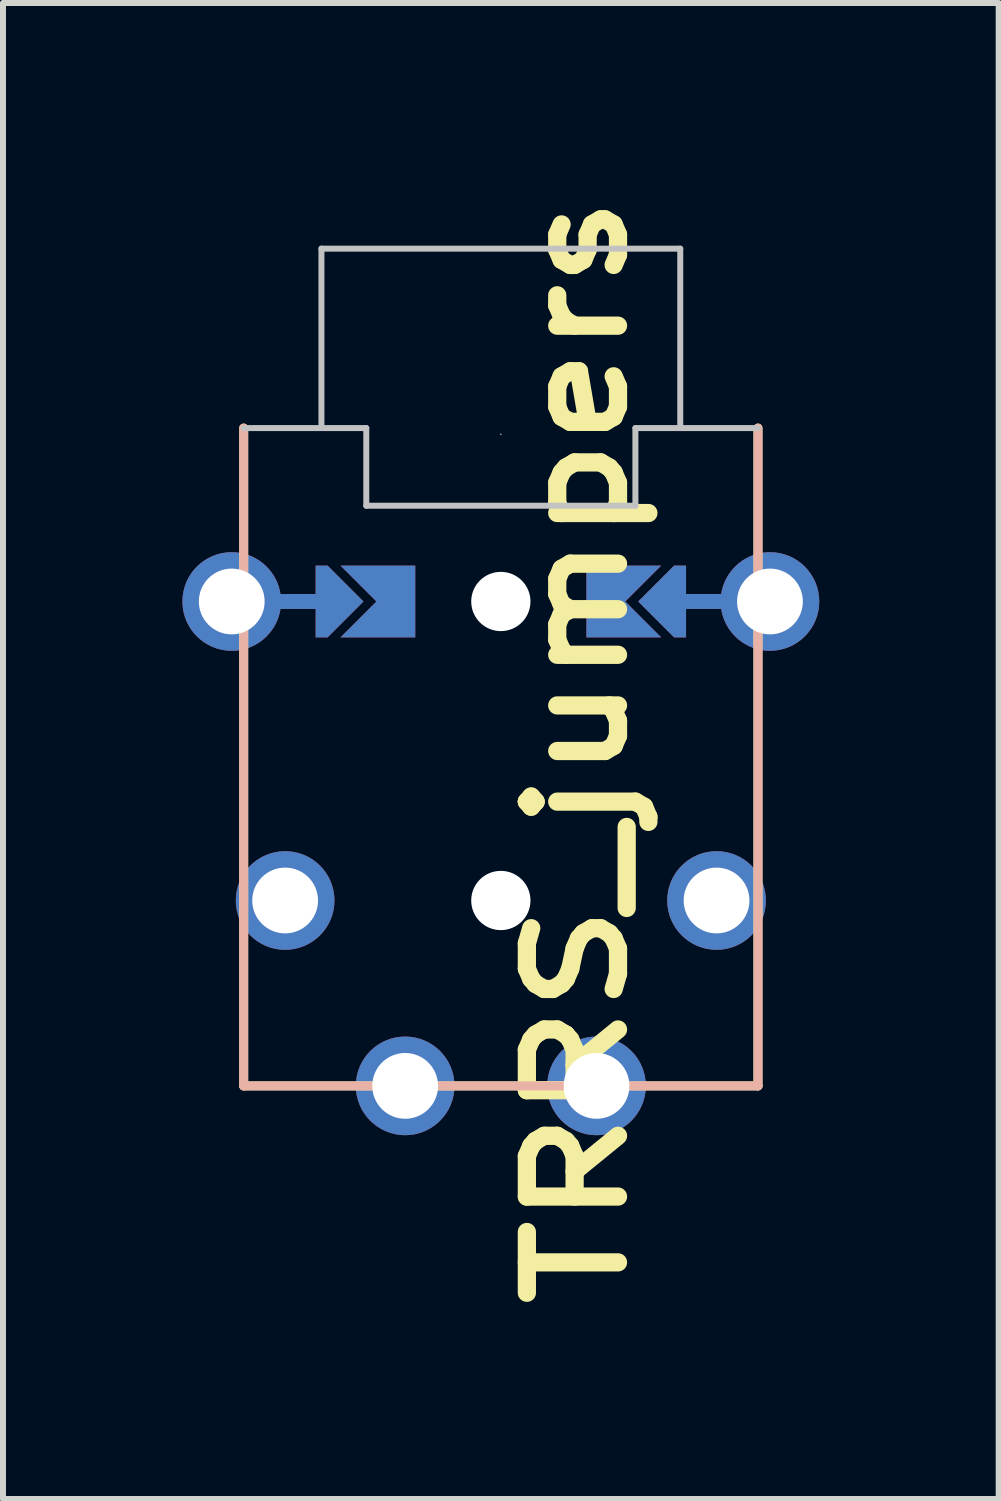
<source format=kicad_pcb>
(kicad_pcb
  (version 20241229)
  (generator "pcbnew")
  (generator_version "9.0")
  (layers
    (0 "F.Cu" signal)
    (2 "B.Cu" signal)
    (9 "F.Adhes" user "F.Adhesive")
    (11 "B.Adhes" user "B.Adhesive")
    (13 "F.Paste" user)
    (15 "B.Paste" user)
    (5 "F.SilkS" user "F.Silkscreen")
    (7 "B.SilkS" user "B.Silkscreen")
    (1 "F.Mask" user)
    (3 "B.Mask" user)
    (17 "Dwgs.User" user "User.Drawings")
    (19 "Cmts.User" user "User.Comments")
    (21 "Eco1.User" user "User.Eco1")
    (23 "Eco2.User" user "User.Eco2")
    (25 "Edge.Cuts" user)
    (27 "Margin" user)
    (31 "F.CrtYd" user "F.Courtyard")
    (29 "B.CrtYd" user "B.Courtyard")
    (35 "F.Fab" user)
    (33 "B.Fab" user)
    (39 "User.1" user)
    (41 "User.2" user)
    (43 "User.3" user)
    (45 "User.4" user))
  (footprint "TRRS_jumpers"
    (layer "F.Cu")
    (at 5.325 9.508)
    (property "Reference" "TRRS_jumpers" (at 1.27 0 90) (layer "F.SilkS") (effects (font (size 1.524 1.778) (thickness 0.305))))
    (attr through_hole)
    (fp_poly (pts (xy -1.935 -3.008) (xy -1.935 -1.992) (xy -2.951 -1.992) (xy -2.951 -3.008)) (stroke (width 0.1) (type solid)) (fill yes) (layer "F.Mask"))
    (fp_poly (pts (xy 1.935 -1.992) (xy 1.935 -3.008) (xy 2.951 -3.008) (xy 2.951 -1.992)) (stroke (width 0.1) (type solid)) (fill yes) (layer "F.Mask"))
    (fp_poly (pts (xy -1.935 -3.008) (xy -1.935 -1.992) (xy -2.951 -1.992) (xy -2.951 -3.008)) (stroke (width 0.1) (type solid)) (fill yes) (layer "B.Mask"))
    (fp_poly (pts (xy 1.935 -1.992) (xy 1.935 -3.008) (xy 2.951 -3.008) (xy 2.951 -1.992)) (stroke (width 0.1) (type solid)) (fill yes) (layer "B.Mask"))
    (fp_line (start -4.3 5.6) (end -4.3 -5.4) (stroke (width 0.15) (type solid)) (layer "F.SilkS"))
    (fp_line (start 4.3 -5.4) (end 4.3 5.6) (stroke (width 0.15) (type solid)) (layer "F.SilkS"))
    (fp_line (start 4.3 5.6) (end -4.3 5.6) (stroke (width 0.15) (type solid)) (layer "F.SilkS"))
    (fp_line (start -4.3 5.6) (end -4.3 -5.4) (stroke (width 0.15) (type solid)) (layer "B.SilkS"))
    (fp_line (start 4.3 -5.4) (end 4.3 5.6) (stroke (width 0.15) (type solid)) (layer "B.SilkS"))
    (fp_line (start 4.3 5.6) (end -4.3 5.6) (stroke (width 0.15) (type solid)) (layer "B.SilkS"))
    (fp_line (start -3 -8.4) (end -3 -5.4) (stroke (width 0.1) (type solid)) (layer "Dwgs.User"))
    (fp_line (start -2.25 -5.4) (end -4.3 -5.4) (stroke (width 0.1) (type solid)) (layer "Dwgs.User"))
    (fp_line (start -2.25 -4.101) (end -2.25 -5.4) (stroke (width 0.1) (type solid)) (layer "Dwgs.User"))
    (fp_line (start 0 -5.296) (end 0 -5.296) (stroke (width 0.025) (type solid)) (layer "Dwgs.User"))
    (fp_line (start 2.25 -4.101) (end -2.25 -4.101) (stroke (width 0.1) (type solid)) (layer "Dwgs.User"))
    (fp_line (start 2.25 -5.4) (end 2.25 -4.101) (stroke (width 0.1) (type solid)) (layer "Dwgs.User"))
    (fp_line (start 3 -8.4) (end -3 -8.4) (stroke (width 0.1) (type solid)) (layer "Dwgs.User"))
    (fp_line (start 3 -5.4) (end 3 -8.4) (stroke (width 0.1) (type solid)) (layer "Dwgs.User"))
    (fp_line (start 4.3 -5.4) (end 2.25 -5.4) (stroke (width 0.1) (type solid)) (layer "Dwgs.User"))
    (pad "" thru_hole circle (at -4.5 -2.5) (size 1.65 1.65) (drill 1.1) (layers "*.Cu" "*.Mask"))
    (pad "" smd custom (at -3.205 -2.5 90) (size 0.25 1) (layers "F.Cu") (options (anchor rect)) (primitives))
    (pad "" smd custom (at -3.205 -2.5 90) (size 0.25 1) (layers "B.Cu") (options (anchor rect)) (primitives))
    (pad "" smd custom (at -2.697 -2.5 90) (size 0.1 0.1) (layers "F.Cu" "F.Mask") (options (anchor rect)) (primitives (gr_poly (pts (xy 0.6 -0.2) (xy 0 0.4) (xy -0.6 -0.2) (xy -0.6 -0.4) (xy 0.6 -0.4)) (width 0) (fill yes))))
    (pad "" smd custom (at -2.697 -2.5 90) (size 0.1 0.1) (layers "B.Cu" "B.Mask") (options (anchor rect)) (primitives (gr_poly (pts (xy 0.6 -0.2) (xy 0 0.4) (xy -0.6 -0.2) (xy -0.6 -0.4) (xy 0.6 -0.4)) (width 0) (fill yes))))
    (pad "" np_thru_hole circle (at 0 -2.5 270) (size 0.991 0.991) (drill 0.991) (layers "*.Cu" "*.Mask"))
    (pad "" np_thru_hole circle (at 0 2.5 270) (size 0.991 0.991) (drill 0.991) (layers "*.Cu" "*.Mask"))
    (pad "" smd custom (at 2.697 -2.5 270) (size 0.1 0.1) (layers "F.Cu" "F.Mask") (options (anchor rect)) (primitives (gr_poly (pts (xy 0.6 -0.2) (xy 0 0.4) (xy -0.6 -0.2) (xy -0.6 -0.4) (xy 0.6 -0.4)) (width 0) (fill yes))))
    (pad "" smd custom (at 2.697 -2.5 270) (size 0.1 0.1) (layers "B.Cu" "B.Mask") (options (anchor rect)) (primitives (gr_poly (pts (xy 0.6 -0.2) (xy 0 0.4) (xy -0.6 -0.2) (xy -0.6 -0.4) (xy 0.6 -0.4)) (width 0) (fill yes))))
    (pad "" smd custom (at 3.205 -2.5 270) (size 0.25 1) (layers "F.Cu") (options (anchor rect)) (primitives))
    (pad "" smd custom (at 3.205 -2.5 270) (size 0.25 1) (layers "B.Cu") (options (anchor rect)) (primitives))
    (pad "" thru_hole circle (at 4.5 -2.5) (size 1.65 1.65) (drill 1.1) (layers "*.Cu" "*.Mask"))
    (pad "A" thru_hole circle (at -1.6 5.6) (size 1.65 1.65) (drill 1.1) (layers "*.Cu" "*.Mask"))
    (pad "A" thru_hole circle (at 1.6 5.6) (size 1.65 1.65) (drill 1.1) (layers "*.Cu" "*.Mask"))
    (pad "B" smd custom (at -1.681 -2.5 90) (size 1.2 0.5) (layers "B.Cu" "B.Mask") (options (anchor rect)) (primitives (gr_poly (pts (xy 0.6 0) (xy -0.6 0) (xy -0.6 -1) (xy 0 -0.4) (xy 0.6 -1)) (width 0) (fill yes))))
    (pad "B" smd custom (at 1.681 -2.5 270) (size 1.2 0.5) (layers "F.Cu" "F.Mask") (options (anchor rect)) (primitives (gr_poly (pts (xy 0.6 0) (xy -0.6 0) (xy -0.6 -1) (xy 0 -0.4) (xy 0.6 -1)) (width 0) (fill yes))))
    (pad "C" smd custom (at -1.681 -2.5 90) (size 1.2 0.5) (layers "F.Cu" "F.Mask") (options (anchor rect)) (primitives (gr_poly (pts (xy 0.6 0) (xy -0.6 0) (xy -0.6 -1) (xy 0 -0.4) (xy 0.6 -1)) (width 0) (fill yes))))
    (pad "C" smd custom (at 1.681 -2.5 270) (size 1.2 0.5) (layers "B.Cu" "B.Mask") (options (anchor rect)) (primitives (gr_poly (pts (xy 0.6 0) (xy -0.6 0) (xy -0.6 -1) (xy 0 -0.4) (xy 0.6 -1)) (width 0) (fill yes))))
    (pad "D" thru_hole circle (at -3.607 2.5) (size 1.65 1.65) (drill 1.1) (layers "*.Cu" "*.Mask"))
    (pad "D" thru_hole circle (at 3.607 2.5) (size 1.65 1.65) (drill 1.1) (layers "*.Cu" "*.Mask")))
  (gr_rect
    (start -3 -3)
    (end 13.65 22.016)
    (stroke (width 0.1) (type default))
    (fill no)
    (layer "Edge.Cuts")))
</source>
